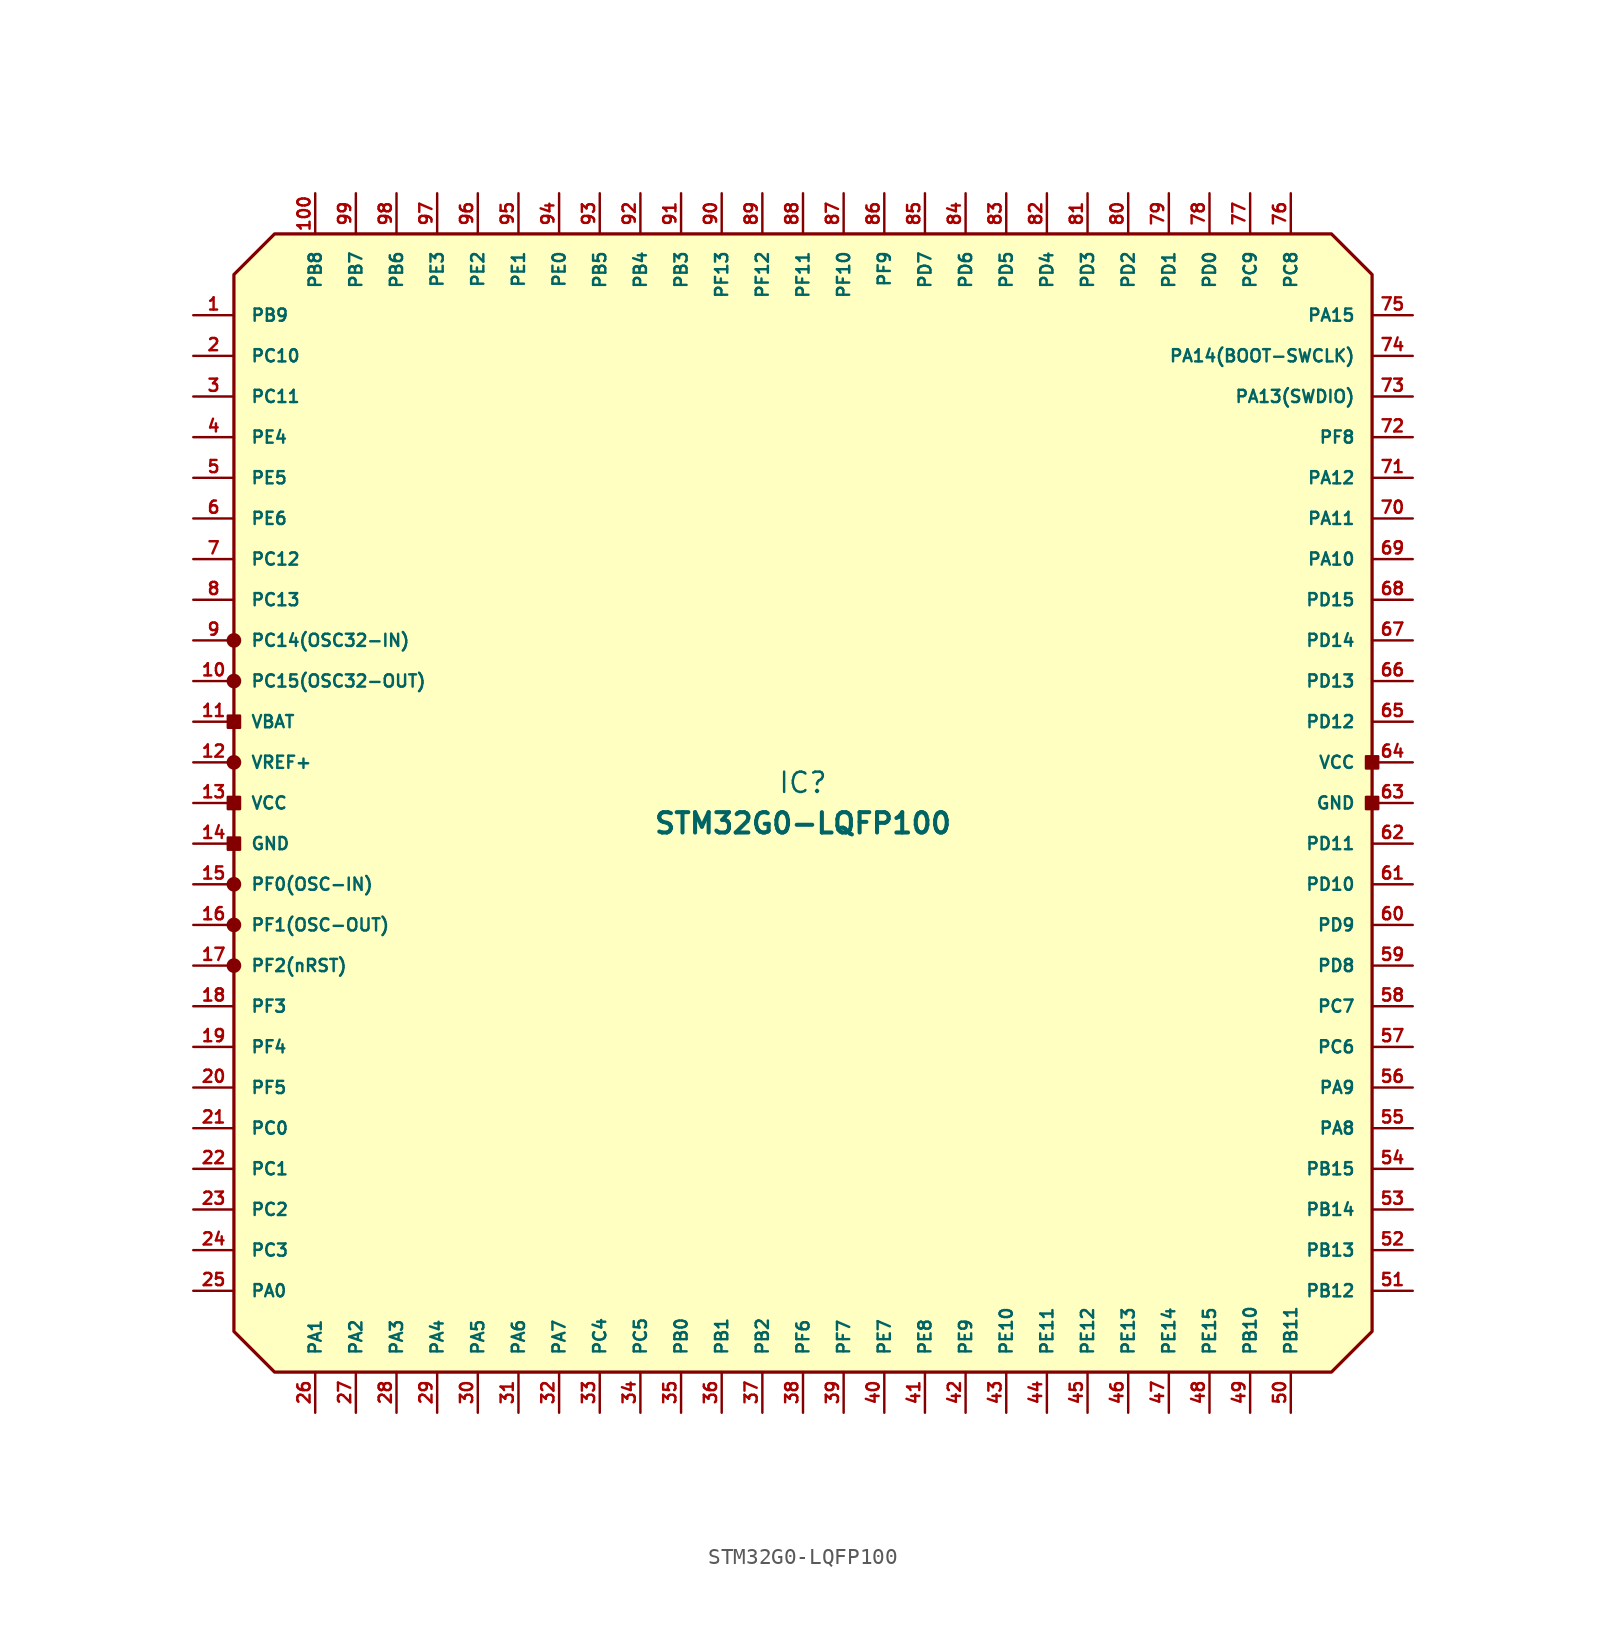
<source format=kicad_sym>
(kicad_symbol_lib
  (version 20231120)
  (generator "kicad_symbol_editor")
  (generator_version "8.0")
  (symbol "STM32G0-LQFP100"
    (pin_names
      (offset 1.016))
    (property "Reference" "IC"
      (at 0 1.27 0)
      (effects (font (size 1.27 1.27))))
    (property "Value" "STM32G0-LQFP100"
      (at 0 -1.27 0)
      (effects (font (size 1.27 1.27) (bold yes))))
    (symbol "STM32G0-LQFP100_0_1"
      (circle (center -35.56 -10.16) (radius 0.381) (stroke (width 0) (type solid)) (fill (type outline)))
      (circle (center -35.56 -7.62) (radius 0.381) (stroke (width 0) (type solid)) (fill (type outline)))
      (circle (center -35.56 -5.08) (radius 0.381) (stroke (width 0) (type solid)) (fill (type outline)))
      (circle (center -35.56 2.54) (radius 0.381) (stroke (width 0) (type solid)) (fill (type outline)))
      (circle (center -35.56 7.62) (radius 0.381) (stroke (width 0) (type solid)) (fill (type outline)))
      (circle (center -35.56 10.16) (radius 0.381) (stroke (width 0) (type solid)) (fill (type outline))))
    (symbol "STM32G0-LQFP100_1_1"
      (rectangle (start -35.941 -2.159) (end -35.179 -2.921) (stroke (width 0) (type default)) (fill (type outline)))
      (rectangle (start -35.941 0.381) (end -35.179 -0.381) (stroke (width 0) (type default)) (fill (type outline)))
      (rectangle (start -35.941 5.461) (end -35.179 4.699) (stroke (width 0) (type default)) (fill (type outline)))
      (polyline (pts (xy -35.56 33.02) (xy -33.02 35.56) (xy 33.02 35.56) (xy 35.56 33.02) (xy 35.56 -33.02) (xy 33.02 -35.56) (xy -33.02 -35.56) (xy -35.56 -33.02) (xy -35.56 33.02)) (stroke (width 0.203) (type solid)) (fill (type background)))
      (rectangle (start 35.179 0.381) (end 35.941 -0.381) (stroke (width 0) (type default)) (fill (type outline)))
      (rectangle (start 35.179 2.921) (end 35.941 2.159) (stroke (width 0) (type default)) (fill (type outline)))
      (pin bidirectional line (at -38.1 30.48 0) (length 2.54) (name "PB9" (effects (font (size 0.762 0.762)))) (number "1" (effects (font (size 0.762 0.762)))))
      (pin bidirectional line (at -38.1 7.62 0) (length 2.54) (name "PC15(OSC32-OUT)" (effects (font (size 0.762 0.762)))) (number "10" (effects (font (size 0.762 0.762)))))
      (pin bidirectional line (at -30.48 38.1 270) (length 2.54) (name "PB8" (effects (font (size 0.762 0.762)))) (number "100" (effects (font (size 0.762 0.762)))))
      (pin power_in line (at -38.1 5.08 0) (length 2.54) (name "VBAT" (effects (font (size 0.762 0.762)))) (number "11" (effects (font (size 0.762 0.762)))))
      (pin input line (at -38.1 2.54 0) (length 2.54) (name "VREF+" (effects (font (size 0.762 0.762)))) (number "12" (effects (font (size 0.762 0.762)))))
      (pin power_in line (at -38.1 0 0) (length 2.54) (name "VCC" (effects (font (size 0.762 0.762)))) (number "13" (effects (font (size 0.762 0.762)))))
      (pin power_in line (at -38.1 -2.54 0) (length 2.54) (name "GND" (effects (font (size 0.762 0.762)))) (number "14" (effects (font (size 0.762 0.762)))))
      (pin bidirectional line (at -38.1 -5.08 0) (length 2.54) (name "PF0(OSC-IN)" (effects (font (size 0.762 0.762)))) (number "15" (effects (font (size 0.762 0.762)))))
      (pin bidirectional line (at -38.1 -7.62 0) (length 2.54) (name "PF1(OSC-OUT)" (effects (font (size 0.762 0.762)))) (number "16" (effects (font (size 0.762 0.762)))))
      (pin bidirectional line (at -38.1 -10.16 0) (length 2.54) (name "PF2(nRST)" (effects (font (size 0.762 0.762)))) (number "17" (effects (font (size 0.762 0.762)))))
      (pin bidirectional line (at -38.1 -12.7 0) (length 2.54) (name "PF3" (effects (font (size 0.762 0.762)))) (number "18" (effects (font (size 0.762 0.762)))))
      (pin power_in line (at -38.1 -15.24 0) (length 2.54) (name "PF4" (effects (font (size 0.762 0.762)))) (number "19" (effects (font (size 0.762 0.762)))))
      (pin bidirectional line (at -38.1 27.94 0) (length 2.54) (name "PC10" (effects (font (size 0.762 0.762)))) (number "2" (effects (font (size 0.762 0.762)))))
      (pin bidirectional line (at -38.1 -17.78 0) (length 2.54) (name "PF5" (effects (font (size 0.762 0.762)))) (number "20" (effects (font (size 0.762 0.762)))))
      (pin bidirectional line (at -38.1 -20.32 0) (length 2.54) (name "PC0" (effects (font (size 0.762 0.762)))) (number "21" (effects (font (size 0.762 0.762)))))
      (pin power_in line (at -38.1 -22.86 0) (length 2.54) (name "PC1" (effects (font (size 0.762 0.762)))) (number "22" (effects (font (size 0.762 0.762)))))
      (pin bidirectional line (at -38.1 -25.4 0) (length 2.54) (name "PC2" (effects (font (size 0.762 0.762)))) (number "23" (effects (font (size 0.762 0.762)))))
      (pin bidirectional line (at -38.1 -27.94 0) (length 2.54) (name "PC3" (effects (font (size 0.762 0.762)))) (number "24" (effects (font (size 0.762 0.762)))))
      (pin bidirectional line (at -38.1 -30.48 0) (length 2.54) (name "PA0" (effects (font (size 0.762 0.762)))) (number "25" (effects (font (size 0.762 0.762)))))
      (pin bidirectional line (at -30.48 -38.1 90) (length 2.54) (name "PA1" (effects (font (size 0.762 0.762)))) (number "26" (effects (font (size 0.762 0.762)))))
      (pin power_in line (at -27.94 -38.1 90) (length 2.54) (name "PA2" (effects (font (size 0.762 0.762)))) (number "27" (effects (font (size 0.762 0.762)))))
      (pin power_in line (at -25.4 -38.1 90) (length 2.54) (name "PA3" (effects (font (size 0.762 0.762)))) (number "28" (effects (font (size 0.762 0.762)))))
      (pin bidirectional line (at -22.86 -38.1 90) (length 2.54) (name "PA4" (effects (font (size 0.762 0.762)))) (number "29" (effects (font (size 0.762 0.762)))))
      (pin bidirectional line (at -38.1 25.4 0) (length 2.54) (name "PC11" (effects (font (size 0.762 0.762)))) (number "3" (effects (font (size 0.762 0.762)))))
      (pin bidirectional line (at -20.32 -38.1 90) (length 2.54) (name "PA5" (effects (font (size 0.762 0.762)))) (number "30" (effects (font (size 0.762 0.762)))))
      (pin bidirectional line (at -17.78 -38.1 90) (length 2.54) (name "PA6" (effects (font (size 0.762 0.762)))) (number "31" (effects (font (size 0.762 0.762)))))
      (pin bidirectional line (at -15.24 -38.1 90) (length 2.54) (name "PA7" (effects (font (size 0.762 0.762)))) (number "32" (effects (font (size 0.762 0.762)))))
      (pin bidirectional line (at -12.7 -38.1 90) (length 2.54) (name "PC4" (effects (font (size 0.762 0.762)))) (number "33" (effects (font (size 0.762 0.762)))))
      (pin bidirectional line (at -10.16 -38.1 90) (length 2.54) (name "PC5" (effects (font (size 0.762 0.762)))) (number "34" (effects (font (size 0.762 0.762)))))
      (pin bidirectional line (at -7.62 -38.1 90) (length 2.54) (name "PB0" (effects (font (size 0.762 0.762)))) (number "35" (effects (font (size 0.762 0.762)))))
      (pin bidirectional line (at -5.08 -38.1 90) (length 2.54) (name "PB1" (effects (font (size 0.762 0.762)))) (number "36" (effects (font (size 0.762 0.762)))))
      (pin bidirectional line (at -2.54 -38.1 90) (length 2.54) (name "PB2" (effects (font (size 0.762 0.762)))) (number "37" (effects (font (size 0.762 0.762)))))
      (pin bidirectional line (at 0 -38.1 90) (length 2.54) (name "PF6" (effects (font (size 0.762 0.762)))) (number "38" (effects (font (size 0.762 0.762)))))
      (pin bidirectional line (at 2.54 -38.1 90) (length 2.54) (name "PF7" (effects (font (size 0.762 0.762)))) (number "39" (effects (font (size 0.762 0.762)))))
      (pin bidirectional line (at -38.1 22.86 0) (length 2.54) (name "PE4" (effects (font (size 0.762 0.762)))) (number "4" (effects (font (size 0.762 0.762)))))
      (pin bidirectional line (at 5.08 -38.1 90) (length 2.54) (name "PE7" (effects (font (size 0.762 0.762)))) (number "40" (effects (font (size 0.762 0.762)))))
      (pin bidirectional line (at 7.62 -38.1 90) (length 2.54) (name "PE8" (effects (font (size 0.762 0.762)))) (number "41" (effects (font (size 0.762 0.762)))))
      (pin bidirectional line (at 10.16 -38.1 90) (length 2.54) (name "PE9" (effects (font (size 0.762 0.762)))) (number "42" (effects (font (size 0.762 0.762)))))
      (pin bidirectional line (at 12.7 -38.1 90) (length 2.54) (name "PE10" (effects (font (size 0.762 0.762)))) (number "43" (effects (font (size 0.762 0.762)))))
      (pin bidirectional line (at 15.24 -38.1 90) (length 2.54) (name "PE11" (effects (font (size 0.762 0.762)))) (number "44" (effects (font (size 0.762 0.762)))))
      (pin bidirectional line (at 17.78 -38.1 90) (length 2.54) (name "PE12" (effects (font (size 0.762 0.762)))) (number "45" (effects (font (size 0.762 0.762)))))
      (pin bidirectional line (at 20.32 -38.1 90) (length 2.54) (name "PE13" (effects (font (size 0.762 0.762)))) (number "46" (effects (font (size 0.762 0.762)))))
      (pin bidirectional line (at 22.86 -38.1 90) (length 2.54) (name "PE14" (effects (font (size 0.762 0.762)))) (number "47" (effects (font (size 0.762 0.762)))))
      (pin bidirectional line (at 25.4 -38.1 90) (length 2.54) (name "PE15" (effects (font (size 0.762 0.762)))) (number "48" (effects (font (size 0.762 0.762)))))
      (pin power_in line (at 27.94 -38.1 90) (length 2.54) (name "PB10" (effects (font (size 0.762 0.762)))) (number "49" (effects (font (size 0.762 0.762)))))
      (pin bidirectional line (at -38.1 20.32 0) (length 2.54) (name "PE5" (effects (font (size 0.762 0.762)))) (number "5" (effects (font (size 0.762 0.762)))))
      (pin power_in line (at 30.48 -38.1 90) (length 2.54) (name "PB11" (effects (font (size 0.762 0.762)))) (number "50" (effects (font (size 0.762 0.762)))))
      (pin bidirectional line (at 38.1 -30.48 180) (length 2.54) (name "PB12" (effects (font (size 0.762 0.762)))) (number "51" (effects (font (size 0.762 0.762)))))
      (pin bidirectional line (at 38.1 -27.94 180) (length 2.54) (name "PB13" (effects (font (size 0.762 0.762)))) (number "52" (effects (font (size 0.762 0.762)))))
      (pin bidirectional line (at 38.1 -25.4 180) (length 2.54) (name "PB14" (effects (font (size 0.762 0.762)))) (number "53" (effects (font (size 0.762 0.762)))))
      (pin bidirectional line (at 38.1 -22.86 180) (length 2.54) (name "PB15" (effects (font (size 0.762 0.762)))) (number "54" (effects (font (size 0.762 0.762)))))
      (pin bidirectional line (at 38.1 -20.32 180) (length 2.54) (name "PA8" (effects (font (size 0.762 0.762)))) (number "55" (effects (font (size 0.762 0.762)))))
      (pin bidirectional line (at 38.1 -17.78 180) (length 2.54) (name "PA9" (effects (font (size 0.762 0.762)))) (number "56" (effects (font (size 0.762 0.762)))))
      (pin bidirectional line (at 38.1 -15.24 180) (length 2.54) (name "PC6" (effects (font (size 0.762 0.762)))) (number "57" (effects (font (size 0.762 0.762)))))
      (pin bidirectional line (at 38.1 -12.7 180) (length 2.54) (name "PC7" (effects (font (size 0.762 0.762)))) (number "58" (effects (font (size 0.762 0.762)))))
      (pin bidirectional line (at 38.1 -10.16 180) (length 2.54) (name "PD8" (effects (font (size 0.762 0.762)))) (number "59" (effects (font (size 0.762 0.762)))))
      (pin bidirectional line (at -38.1 17.78 0) (length 2.54) (name "PE6" (effects (font (size 0.762 0.762)))) (number "6" (effects (font (size 0.762 0.762)))))
      (pin bidirectional line (at 38.1 -7.62 180) (length 2.54) (name "PD9" (effects (font (size 0.762 0.762)))) (number "60" (effects (font (size 0.762 0.762)))))
      (pin bidirectional line (at 38.1 -5.08 180) (length 2.54) (name "PD10" (effects (font (size 0.762 0.762)))) (number "61" (effects (font (size 0.762 0.762)))))
      (pin bidirectional line (at 38.1 -2.54 180) (length 2.54) (name "PD11" (effects (font (size 0.762 0.762)))) (number "62" (effects (font (size 0.762 0.762)))))
      (pin power_in line (at 38.1 0 180) (length 2.54) (name "GND" (effects (font (size 0.762 0.762)))) (number "63" (effects (font (size 0.762 0.762)))))
      (pin power_in line (at 38.1 2.54 180) (length 2.54) (name "VCC" (effects (font (size 0.762 0.762)))) (number "64" (effects (font (size 0.762 0.762)))))
      (pin bidirectional line (at 38.1 5.08 180) (length 2.54) (name "PD12" (effects (font (size 0.762 0.762)))) (number "65" (effects (font (size 0.762 0.762)))))
      (pin bidirectional line (at 38.1 7.62 180) (length 2.54) (name "PD13" (effects (font (size 0.762 0.762)))) (number "66" (effects (font (size 0.762 0.762)))))
      (pin bidirectional line (at 38.1 10.16 180) (length 2.54) (name "PD14" (effects (font (size 0.762 0.762)))) (number "67" (effects (font (size 0.762 0.762)))))
      (pin bidirectional line (at 38.1 12.7 180) (length 2.54) (name "PD15" (effects (font (size 0.762 0.762)))) (number "68" (effects (font (size 0.762 0.762)))))
      (pin bidirectional line (at 38.1 15.24 180) (length 2.54) (name "PA10" (effects (font (size 0.762 0.762)))) (number "69" (effects (font (size 0.762 0.762)))))
      (pin bidirectional line (at -38.1 15.24 0) (length 2.54) (name "PC12" (effects (font (size 0.762 0.762)))) (number "7" (effects (font (size 0.762 0.762)))))
      (pin bidirectional line (at 38.1 17.78 180) (length 2.54) (name "PA11" (effects (font (size 0.762 0.762)))) (number "70" (effects (font (size 0.762 0.762)))))
      (pin bidirectional line (at 38.1 20.32 180) (length 2.54) (name "PA12" (effects (font (size 0.762 0.762)))) (number "71" (effects (font (size 0.762 0.762)))))
      (pin bidirectional line (at 38.1 22.86 180) (length 2.54) (name "PF8" (effects (font (size 0.762 0.762)))) (number "72" (effects (font (size 0.762 0.762)))))
      (pin bidirectional line (at 38.1 25.4 180) (length 2.54) (name "PA13(SWDIO)" (effects (font (size 0.762 0.762)))) (number "73" (effects (font (size 0.762 0.762)))))
      (pin bidirectional line (at 38.1 27.94 180) (length 2.54) (name "PA14(BOOT-SWCLK)" (effects (font (size 0.762 0.762)))) (number "74" (effects (font (size 0.762 0.762)))))
      (pin bidirectional line (at 38.1 30.48 180) (length 2.54) (name "PA15" (effects (font (size 0.762 0.762)))) (number "75" (effects (font (size 0.762 0.762)))))
      (pin bidirectional line (at 30.48 38.1 270) (length 2.54) (name "PC8" (effects (font (size 0.762 0.762)))) (number "76" (effects (font (size 0.762 0.762)))))
      (pin bidirectional line (at 27.94 38.1 270) (length 2.54) (name "PC9" (effects (font (size 0.762 0.762)))) (number "77" (effects (font (size 0.762 0.762)))))
      (pin bidirectional line (at 25.4 38.1 270) (length 2.54) (name "PD0" (effects (font (size 0.762 0.762)))) (number "78" (effects (font (size 0.762 0.762)))))
      (pin bidirectional line (at 22.86 38.1 270) (length 2.54) (name "PD1" (effects (font (size 0.762 0.762)))) (number "79" (effects (font (size 0.762 0.762)))))
      (pin bidirectional line (at -38.1 12.7 0) (length 2.54) (name "PC13" (effects (font (size 0.762 0.762)))) (number "8" (effects (font (size 0.762 0.762)))))
      (pin bidirectional line (at 20.32 38.1 270) (length 2.54) (name "PD2" (effects (font (size 0.762 0.762)))) (number "80" (effects (font (size 0.762 0.762)))))
      (pin bidirectional line (at 17.78 38.1 270) (length 2.54) (name "PD3" (effects (font (size 0.762 0.762)))) (number "81" (effects (font (size 0.762 0.762)))))
      (pin bidirectional line (at 15.24 38.1 270) (length 2.54) (name "PD4" (effects (font (size 0.762 0.762)))) (number "82" (effects (font (size 0.762 0.762)))))
      (pin bidirectional line (at 12.7 38.1 270) (length 2.54) (name "PD5" (effects (font (size 0.762 0.762)))) (number "83" (effects (font (size 0.762 0.762)))))
      (pin bidirectional line (at 10.16 38.1 270) (length 2.54) (name "PD6" (effects (font (size 0.762 0.762)))) (number "84" (effects (font (size 0.762 0.762)))))
      (pin bidirectional line (at 7.62 38.1 270) (length 2.54) (name "PD7" (effects (font (size 0.762 0.762)))) (number "85" (effects (font (size 0.762 0.762)))))
      (pin bidirectional line (at 5.08 38.1 270) (length 2.54) (name "PF9" (effects (font (size 0.762 0.762)))) (number "86" (effects (font (size 0.762 0.762)))))
      (pin bidirectional line (at 2.54 38.1 270) (length 2.54) (name "PF10" (effects (font (size 0.762 0.762)))) (number "87" (effects (font (size 0.762 0.762)))))
      (pin bidirectional line (at 0 38.1 270) (length 2.54) (name "PF11" (effects (font (size 0.762 0.762)))) (number "88" (effects (font (size 0.762 0.762)))))
      (pin bidirectional line (at -2.54 38.1 270) (length 2.54) (name "PF12" (effects (font (size 0.762 0.762)))) (number "89" (effects (font (size 0.762 0.762)))))
      (pin bidirectional line (at -38.1 10.16 0) (length 2.54) (name "PC14(OSC32-IN)" (effects (font (size 0.762 0.762)))) (number "9" (effects (font (size 0.762 0.762)))))
      (pin bidirectional line (at -5.08 38.1 270) (length 2.54) (name "PF13" (effects (font (size 0.762 0.762)))) (number "90" (effects (font (size 0.762 0.762)))))
      (pin bidirectional line (at -7.62 38.1 270) (length 2.54) (name "PB3" (effects (font (size 0.762 0.762)))) (number "91" (effects (font (size 0.762 0.762)))))
      (pin bidirectional line (at -10.16 38.1 270) (length 2.54) (name "PB4" (effects (font (size 0.762 0.762)))) (number "92" (effects (font (size 0.762 0.762)))))
      (pin bidirectional line (at -12.7 38.1 270) (length 2.54) (name "PB5" (effects (font (size 0.762 0.762)))) (number "93" (effects (font (size 0.762 0.762)))))
      (pin bidirectional line (at -15.24 38.1 270) (length 2.54) (name "PE0" (effects (font (size 0.762 0.762)))) (number "94" (effects (font (size 0.762 0.762)))))
      (pin bidirectional line (at -17.78 38.1 270) (length 2.54) (name "PE1" (effects (font (size 0.762 0.762)))) (number "95" (effects (font (size 0.762 0.762)))))
      (pin bidirectional line (at -20.32 38.1 270) (length 2.54) (name "PE2" (effects (font (size 0.762 0.762)))) (number "96" (effects (font (size 0.762 0.762)))))
      (pin bidirectional line (at -22.86 38.1 270) (length 2.54) (name "PE3" (effects (font (size 0.762 0.762)))) (number "97" (effects (font (size 0.762 0.762)))))
      (pin bidirectional line (at -25.4 38.1 270) (length 2.54) (name "PB6" (effects (font (size 0.762 0.762)))) (number "98" (effects (font (size 0.762 0.762)))))
      (pin bidirectional line (at -27.94 38.1 270) (length 2.54) (name "PB7" (effects (font (size 0.762 0.762)))) (number "99" (effects (font (size 0.762 0.762))))))))
</source>
